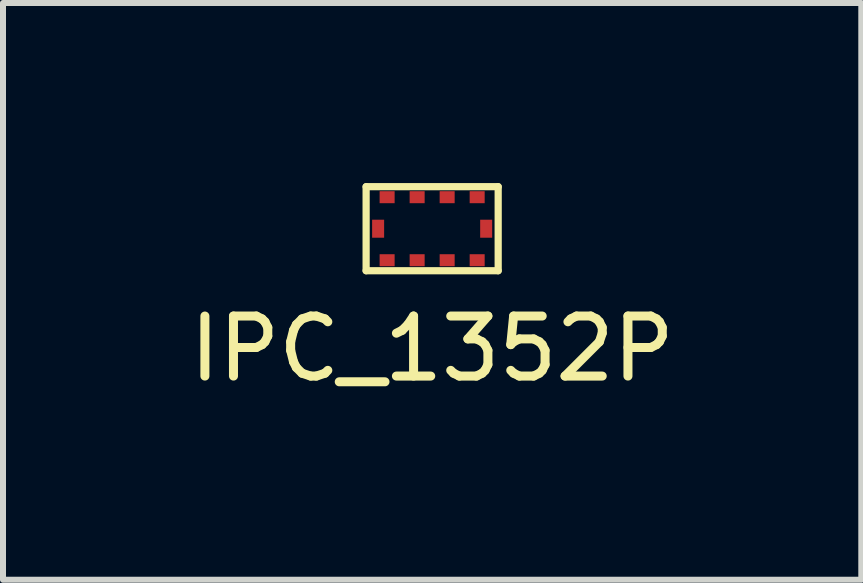
<source format=kicad_pcb>
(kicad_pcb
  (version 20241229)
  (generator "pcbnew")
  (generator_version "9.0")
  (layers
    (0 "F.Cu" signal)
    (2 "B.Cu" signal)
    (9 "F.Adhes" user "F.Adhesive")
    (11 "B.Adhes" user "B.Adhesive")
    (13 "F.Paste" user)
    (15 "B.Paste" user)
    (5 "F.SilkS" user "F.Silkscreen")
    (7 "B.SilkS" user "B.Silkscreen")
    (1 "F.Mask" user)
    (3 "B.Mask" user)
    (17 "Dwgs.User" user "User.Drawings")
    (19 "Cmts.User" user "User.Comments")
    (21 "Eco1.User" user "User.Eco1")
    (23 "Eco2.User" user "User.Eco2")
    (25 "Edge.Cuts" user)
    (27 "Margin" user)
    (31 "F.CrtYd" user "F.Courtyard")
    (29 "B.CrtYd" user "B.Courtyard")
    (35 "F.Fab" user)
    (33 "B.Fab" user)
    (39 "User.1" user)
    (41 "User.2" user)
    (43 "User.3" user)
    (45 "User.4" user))
  (footprint "IPC_1352P"
    (layer "F.Cu")
    (at 4.149 0.76)
    (property "Reference" "IPC_1352P" (at 0 2 0) (layer "F.SilkS") (effects (font (size 1 1) (thickness 0.15))))
    (attr through_hole)
    (fp_line (start -1.1 -0.7) (end -1.1 0.7) (stroke (width 0.12) (type solid)) (layer "F.SilkS"))
    (fp_line (start -1.1 -0.7) (end 1.1 -0.7) (stroke (width 0.12) (type solid)) (layer "F.SilkS"))
    (fp_line (start -1.1 0.7) (end 1.1 0.7) (stroke (width 0.12) (type solid)) (layer "F.SilkS"))
    (fp_line (start 1.1 0.7) (end 1.1 -0.7) (stroke (width 0.12) (type solid)) (layer "F.SilkS"))
    (pad "1" smd rect (at -0.75 0.525) (size 0.25 0.2) (layers "F.Cu" "F.Mask" "F.Paste"))
    (pad "2" smd rect (at -0.25 0.525) (size 0.25 0.2) (layers "F.Cu" "F.Mask" "F.Paste"))
    (pad "3" smd rect (at 0.25 0.525) (size 0.25 0.2) (layers "F.Cu" "F.Mask" "F.Paste"))
    (pad "4" smd rect (at 0.75 0.525) (size 0.25 0.2) (layers "F.Cu" "F.Mask" "F.Paste"))
    (pad "5" smd rect (at -0.9 0) (size 0.2 0.3) (layers "F.Cu" "F.Mask" "F.Paste"))
    (pad "6" smd rect (at 0.75 -0.525) (size 0.25 0.2) (layers "F.Cu" "F.Mask" "F.Paste"))
    (pad "7" smd rect (at 0.25 -0.525) (size 0.25 0.2) (layers "F.Cu" "F.Mask" "F.Paste"))
    (pad "8" smd rect (at -0.25 -0.525) (size 0.25 0.2) (layers "F.Cu" "F.Mask" "F.Paste"))
    (pad "9" smd rect (at -0.75 -0.525) (size 0.25 0.2) (layers "F.Cu" "F.Mask" "F.Paste"))
    (pad "10" smd rect (at 0.9 0) (size 0.2 0.3) (layers "F.Cu" "F.Mask" "F.Paste")))
  (gr_rect
    (start -3 -3)
    (end 11.298 6.608)
    (stroke (width 0.1) (type default))
    (fill no)
    (layer "Edge.Cuts")))
</source>
